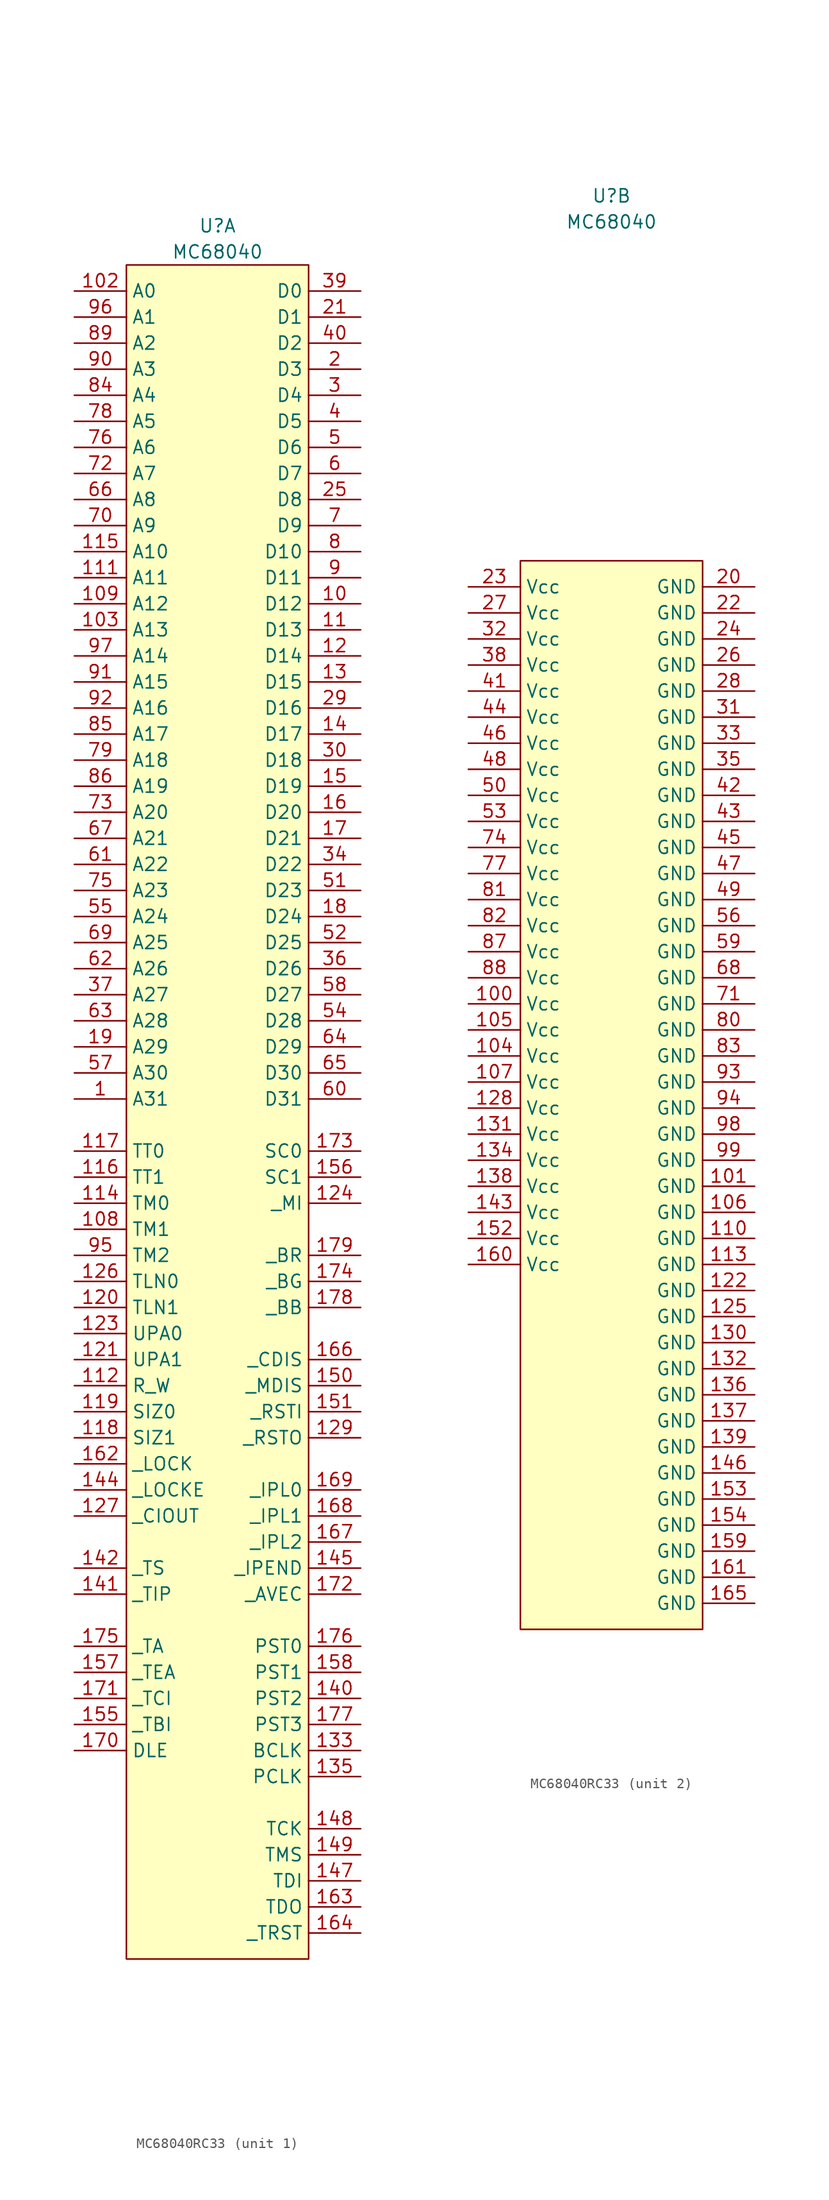
<source format=kicad_sym>
(kicad_symbol_lib
  (version 20220914)
  (generator kicad_symbol_editor)
  (symbol "MC68040RC33"
    (property "Reference" "U"
      (at 0 86.36 0)
      (effects (font (size 1.27 1.27))))
    (property "Value" "MC68040"
      (at 0 83.82 0)
      (effects (font (size 1.27 1.27))))
    (property "ki_locked" ""
      (at 0 0 0)
      (effects (font (size 1.27 1.27))))
    (symbol "MC68040RC33_1_0"
      (pin bidirectional line (at -13.97 1.27 0) (length 5.08) (name "A31" (effects (font (size 1.27 1.27)))) (number "1" (effects (font (size 1.27 1.27)))))
      (pin bidirectional line (at 13.97 49.53 180) (length 5.08) (name "D12" (effects (font (size 1.27 1.27)))) (number "10" (effects (font (size 1.27 1.27)))))
      (pin bidirectional line (at -13.97 80.01 0) (length 5.08) (name "A0" (effects (font (size 1.27 1.27)))) (number "102" (effects (font (size 1.27 1.27)))))
      (pin bidirectional line (at -13.97 46.99 0) (length 5.08) (name "A13" (effects (font (size 1.27 1.27)))) (number "103" (effects (font (size 1.27 1.27)))))
      (pin output line (at -13.97 -11.43 0) (length 5.08) (name "TM1" (effects (font (size 1.27 1.27)))) (number "108" (effects (font (size 1.27 1.27)))))
      (pin bidirectional line (at -13.97 49.53 0) (length 5.08) (name "A12" (effects (font (size 1.27 1.27)))) (number "109" (effects (font (size 1.27 1.27)))))
      (pin bidirectional line (at 13.97 46.99 180) (length 5.08) (name "D13" (effects (font (size 1.27 1.27)))) (number "11" (effects (font (size 1.27 1.27)))))
      (pin bidirectional line (at -13.97 52.07 0) (length 5.08) (name "A11" (effects (font (size 1.27 1.27)))) (number "111" (effects (font (size 1.27 1.27)))))
      (pin bidirectional line (at -13.97 -26.67 0) (length 5.08) (name "R_W" (effects (font (size 1.27 1.27)))) (number "112" (effects (font (size 1.27 1.27)))))
      (pin output line (at -13.97 -8.89 0) (length 5.08) (name "TM0" (effects (font (size 1.27 1.27)))) (number "114" (effects (font (size 1.27 1.27)))))
      (pin bidirectional line (at -13.97 54.61 0) (length 5.08) (name "A10" (effects (font (size 1.27 1.27)))) (number "115" (effects (font (size 1.27 1.27)))))
      (pin bidirectional line (at -13.97 -6.35 0) (length 5.08) (name "TT1" (effects (font (size 1.27 1.27)))) (number "116" (effects (font (size 1.27 1.27)))))
      (pin bidirectional line (at -13.97 -3.81 0) (length 5.08) (name "TT0" (effects (font (size 1.27 1.27)))) (number "117" (effects (font (size 1.27 1.27)))))
      (pin bidirectional line (at -13.97 -31.75 0) (length 5.08) (name "SIZ1" (effects (font (size 1.27 1.27)))) (number "118" (effects (font (size 1.27 1.27)))))
      (pin bidirectional line (at -13.97 -29.21 0) (length 5.08) (name "SIZ0" (effects (font (size 1.27 1.27)))) (number "119" (effects (font (size 1.27 1.27)))))
      (pin bidirectional line (at 13.97 44.45 180) (length 5.08) (name "D14" (effects (font (size 1.27 1.27)))) (number "12" (effects (font (size 1.27 1.27)))))
      (pin output line (at -13.97 -19.05 0) (length 5.08) (name "TLN1" (effects (font (size 1.27 1.27)))) (number "120" (effects (font (size 1.27 1.27)))))
      (pin output line (at -13.97 -24.13 0) (length 5.08) (name "UPA1" (effects (font (size 1.27 1.27)))) (number "121" (effects (font (size 1.27 1.27)))))
      (pin output line (at -13.97 -21.59 0) (length 5.08) (name "UPA0" (effects (font (size 1.27 1.27)))) (number "123" (effects (font (size 1.27 1.27)))))
      (pin output line (at 13.97 -8.89 180) (length 5.08) (name "_MI" (effects (font (size 1.27 1.27)))) (number "124" (effects (font (size 1.27 1.27)))))
      (pin output line (at -13.97 -16.51 0) (length 5.08) (name "TLN0" (effects (font (size 1.27 1.27)))) (number "126" (effects (font (size 1.27 1.27)))))
      (pin output line (at -13.97 -39.37 0) (length 5.08) (name "_CIOUT" (effects (font (size 1.27 1.27)))) (number "127" (effects (font (size 1.27 1.27)))))
      (pin output line (at 13.97 -31.75 180) (length 5.08) (name "_RSTO" (effects (font (size 1.27 1.27)))) (number "129" (effects (font (size 1.27 1.27)))))
      (pin bidirectional line (at 13.97 41.91 180) (length 5.08) (name "D15" (effects (font (size 1.27 1.27)))) (number "13" (effects (font (size 1.27 1.27)))))
      (pin input line (at 13.97 -62.23 180) (length 5.08) (name "BCLK" (effects (font (size 1.27 1.27)))) (number "133" (effects (font (size 1.27 1.27)))))
      (pin input line (at 13.97 -64.77 180) (length 5.08) (name "PCLK" (effects (font (size 1.27 1.27)))) (number "135" (effects (font (size 1.27 1.27)))))
      (pin bidirectional line (at 13.97 36.83 180) (length 5.08) (name "D17" (effects (font (size 1.27 1.27)))) (number "14" (effects (font (size 1.27 1.27)))))
      (pin output line (at 13.97 -57.15 180) (length 5.08) (name "PST2" (effects (font (size 1.27 1.27)))) (number "140" (effects (font (size 1.27 1.27)))))
      (pin output line (at -13.97 -46.99 0) (length 5.08) (name "_TIP" (effects (font (size 1.27 1.27)))) (number "141" (effects (font (size 1.27 1.27)))))
      (pin bidirectional line (at -13.97 -44.45 0) (length 5.08) (name "_TS" (effects (font (size 1.27 1.27)))) (number "142" (effects (font (size 1.27 1.27)))))
      (pin output line (at -13.97 -36.83 0) (length 5.08) (name "_LOCKE" (effects (font (size 1.27 1.27)))) (number "144" (effects (font (size 1.27 1.27)))))
      (pin output line (at 13.97 -44.45 180) (length 5.08) (name "_IPEND" (effects (font (size 1.27 1.27)))) (number "145" (effects (font (size 1.27 1.27)))))
      (pin input line (at 13.97 -74.93 180) (length 5.08) (name "TDI" (effects (font (size 1.27 1.27)))) (number "147" (effects (font (size 1.27 1.27)))))
      (pin input line (at 13.97 -69.85 180) (length 5.08) (name "TCK" (effects (font (size 1.27 1.27)))) (number "148" (effects (font (size 1.27 1.27)))))
      (pin input line (at 13.97 -72.39 180) (length 5.08) (name "TMS" (effects (font (size 1.27 1.27)))) (number "149" (effects (font (size 1.27 1.27)))))
      (pin bidirectional line (at 13.97 31.75 180) (length 5.08) (name "D19" (effects (font (size 1.27 1.27)))) (number "15" (effects (font (size 1.27 1.27)))))
      (pin input line (at 13.97 -26.67 180) (length 5.08) (name "_MDIS" (effects (font (size 1.27 1.27)))) (number "150" (effects (font (size 1.27 1.27)))))
      (pin input line (at 13.97 -29.21 180) (length 5.08) (name "_RSTI" (effects (font (size 1.27 1.27)))) (number "151" (effects (font (size 1.27 1.27)))))
      (pin input line (at -13.97 -59.69 0) (length 5.08) (name "_TBI" (effects (font (size 1.27 1.27)))) (number "155" (effects (font (size 1.27 1.27)))))
      (pin bidirectional line (at 13.97 -6.35 180) (length 5.08) (name "SC1" (effects (font (size 1.27 1.27)))) (number "156" (effects (font (size 1.27 1.27)))))
      (pin input line (at -13.97 -54.61 0) (length 5.08) (name "_TEA" (effects (font (size 1.27 1.27)))) (number "157" (effects (font (size 1.27 1.27)))))
      (pin output line (at 13.97 -54.61 180) (length 5.08) (name "PST1" (effects (font (size 1.27 1.27)))) (number "158" (effects (font (size 1.27 1.27)))))
      (pin bidirectional line (at 13.97 29.21 180) (length 5.08) (name "D20" (effects (font (size 1.27 1.27)))) (number "16" (effects (font (size 1.27 1.27)))))
      (pin output line (at -13.97 -34.29 0) (length 5.08) (name "_LOCK" (effects (font (size 1.27 1.27)))) (number "162" (effects (font (size 1.27 1.27)))))
      (pin output line (at 13.97 -77.47 180) (length 5.08) (name "TDO" (effects (font (size 1.27 1.27)))) (number "163" (effects (font (size 1.27 1.27)))))
      (pin input line (at 13.97 -80.01 180) (length 5.08) (name "_TRST" (effects (font (size 1.27 1.27)))) (number "164" (effects (font (size 1.27 1.27)))))
      (pin input line (at 13.97 -24.13 180) (length 5.08) (name "_CDIS" (effects (font (size 1.27 1.27)))) (number "166" (effects (font (size 1.27 1.27)))))
      (pin input line (at 13.97 -41.91 180) (length 5.08) (name "_IPL2" (effects (font (size 1.27 1.27)))) (number "167" (effects (font (size 1.27 1.27)))))
      (pin input line (at 13.97 -39.37 180) (length 5.08) (name "_IPL1" (effects (font (size 1.27 1.27)))) (number "168" (effects (font (size 1.27 1.27)))))
      (pin input line (at 13.97 -36.83 180) (length 5.08) (name "_IPL0" (effects (font (size 1.27 1.27)))) (number "169" (effects (font (size 1.27 1.27)))))
      (pin bidirectional line (at 13.97 26.67 180) (length 5.08) (name "D21" (effects (font (size 1.27 1.27)))) (number "17" (effects (font (size 1.27 1.27)))))
      (pin input line (at -13.97 -62.23 0) (length 5.08) (name "DLE" (effects (font (size 1.27 1.27)))) (number "170" (effects (font (size 1.27 1.27)))))
      (pin input line (at -13.97 -57.15 0) (length 5.08) (name "_TCI" (effects (font (size 1.27 1.27)))) (number "171" (effects (font (size 1.27 1.27)))))
      (pin input line (at 13.97 -46.99 180) (length 5.08) (name "_AVEC" (effects (font (size 1.27 1.27)))) (number "172" (effects (font (size 1.27 1.27)))))
      (pin bidirectional line (at 13.97 -3.81 180) (length 5.08) (name "SC0" (effects (font (size 1.27 1.27)))) (number "173" (effects (font (size 1.27 1.27)))))
      (pin output line (at 13.97 -16.51 180) (length 5.08) (name "_BG" (effects (font (size 1.27 1.27)))) (number "174" (effects (font (size 1.27 1.27)))))
      (pin bidirectional line (at -13.97 -52.07 0) (length 5.08) (name "_TA" (effects (font (size 1.27 1.27)))) (number "175" (effects (font (size 1.27 1.27)))))
      (pin output line (at 13.97 -52.07 180) (length 5.08) (name "PST0" (effects (font (size 1.27 1.27)))) (number "176" (effects (font (size 1.27 1.27)))))
      (pin output line (at 13.97 -59.69 180) (length 5.08) (name "PST3" (effects (font (size 1.27 1.27)))) (number "177" (effects (font (size 1.27 1.27)))))
      (pin bidirectional line (at 13.97 -19.05 180) (length 5.08) (name "_BB" (effects (font (size 1.27 1.27)))) (number "178" (effects (font (size 1.27 1.27)))))
      (pin input line (at 13.97 -13.97 180) (length 5.08) (name "_BR" (effects (font (size 1.27 1.27)))) (number "179" (effects (font (size 1.27 1.27)))))
      (pin bidirectional line (at 13.97 19.05 180) (length 5.08) (name "D24" (effects (font (size 1.27 1.27)))) (number "18" (effects (font (size 1.27 1.27)))))
      (pin bidirectional line (at -13.97 6.35 0) (length 5.08) (name "A29" (effects (font (size 1.27 1.27)))) (number "19" (effects (font (size 1.27 1.27)))))
      (pin bidirectional line (at 13.97 72.39 180) (length 5.08) (name "D3" (effects (font (size 1.27 1.27)))) (number "2" (effects (font (size 1.27 1.27)))))
      (pin bidirectional line (at 13.97 77.47 180) (length 5.08) (name "D1" (effects (font (size 1.27 1.27)))) (number "21" (effects (font (size 1.27 1.27)))))
      (pin bidirectional line (at 13.97 59.69 180) (length 5.08) (name "D8" (effects (font (size 1.27 1.27)))) (number "25" (effects (font (size 1.27 1.27)))))
      (pin bidirectional line (at 13.97 39.37 180) (length 5.08) (name "D16" (effects (font (size 1.27 1.27)))) (number "29" (effects (font (size 1.27 1.27)))))
      (pin bidirectional line (at 13.97 69.85 180) (length 5.08) (name "D4" (effects (font (size 1.27 1.27)))) (number "3" (effects (font (size 1.27 1.27)))))
      (pin bidirectional line (at 13.97 34.29 180) (length 5.08) (name "D18" (effects (font (size 1.27 1.27)))) (number "30" (effects (font (size 1.27 1.27)))))
      (pin bidirectional line (at 13.97 24.13 180) (length 5.08) (name "D22" (effects (font (size 1.27 1.27)))) (number "34" (effects (font (size 1.27 1.27)))))
      (pin bidirectional line (at 13.97 13.97 180) (length 5.08) (name "D26" (effects (font (size 1.27 1.27)))) (number "36" (effects (font (size 1.27 1.27)))))
      (pin bidirectional line (at -13.97 11.43 0) (length 5.08) (name "A27" (effects (font (size 1.27 1.27)))) (number "37" (effects (font (size 1.27 1.27)))))
      (pin bidirectional line (at 13.97 80.01 180) (length 5.08) (name "D0" (effects (font (size 1.27 1.27)))) (number "39" (effects (font (size 1.27 1.27)))))
      (pin bidirectional line (at 13.97 67.31 180) (length 5.08) (name "D5" (effects (font (size 1.27 1.27)))) (number "4" (effects (font (size 1.27 1.27)))))
      (pin bidirectional line (at 13.97 74.93 180) (length 5.08) (name "D2" (effects (font (size 1.27 1.27)))) (number "40" (effects (font (size 1.27 1.27)))))
      (pin bidirectional line (at 13.97 64.77 180) (length 5.08) (name "D6" (effects (font (size 1.27 1.27)))) (number "5" (effects (font (size 1.27 1.27)))))
      (pin bidirectional line (at 13.97 21.59 180) (length 5.08) (name "D23" (effects (font (size 1.27 1.27)))) (number "51" (effects (font (size 1.27 1.27)))))
      (pin bidirectional line (at 13.97 16.51 180) (length 5.08) (name "D25" (effects (font (size 1.27 1.27)))) (number "52" (effects (font (size 1.27 1.27)))))
      (pin bidirectional line (at 13.97 8.89 180) (length 5.08) (name "D28" (effects (font (size 1.27 1.27)))) (number "54" (effects (font (size 1.27 1.27)))))
      (pin bidirectional line (at -13.97 19.05 0) (length 5.08) (name "A24" (effects (font (size 1.27 1.27)))) (number "55" (effects (font (size 1.27 1.27)))))
      (pin bidirectional line (at -13.97 3.81 0) (length 5.08) (name "A30" (effects (font (size 1.27 1.27)))) (number "57" (effects (font (size 1.27 1.27)))))
      (pin bidirectional line (at 13.97 11.43 180) (length 5.08) (name "D27" (effects (font (size 1.27 1.27)))) (number "58" (effects (font (size 1.27 1.27)))))
      (pin bidirectional line (at 13.97 62.23 180) (length 5.08) (name "D7" (effects (font (size 1.27 1.27)))) (number "6" (effects (font (size 1.27 1.27)))))
      (pin bidirectional line (at 13.97 1.27 180) (length 5.08) (name "D31" (effects (font (size 1.27 1.27)))) (number "60" (effects (font (size 1.27 1.27)))))
      (pin bidirectional line (at -13.97 24.13 0) (length 5.08) (name "A22" (effects (font (size 1.27 1.27)))) (number "61" (effects (font (size 1.27 1.27)))))
      (pin bidirectional line (at -13.97 13.97 0) (length 5.08) (name "A26" (effects (font (size 1.27 1.27)))) (number "62" (effects (font (size 1.27 1.27)))))
      (pin bidirectional line (at -13.97 8.89 0) (length 5.08) (name "A28" (effects (font (size 1.27 1.27)))) (number "63" (effects (font (size 1.27 1.27)))))
      (pin bidirectional line (at 13.97 6.35 180) (length 5.08) (name "D29" (effects (font (size 1.27 1.27)))) (number "64" (effects (font (size 1.27 1.27)))))
      (pin bidirectional line (at 13.97 3.81 180) (length 5.08) (name "D30" (effects (font (size 1.27 1.27)))) (number "65" (effects (font (size 1.27 1.27)))))
      (pin bidirectional line (at -13.97 59.69 0) (length 5.08) (name "A8" (effects (font (size 1.27 1.27)))) (number "66" (effects (font (size 1.27 1.27)))))
      (pin bidirectional line (at -13.97 26.67 0) (length 5.08) (name "A21" (effects (font (size 1.27 1.27)))) (number "67" (effects (font (size 1.27 1.27)))))
      (pin bidirectional line (at -13.97 16.51 0) (length 5.08) (name "A25" (effects (font (size 1.27 1.27)))) (number "69" (effects (font (size 1.27 1.27)))))
      (pin bidirectional line (at 13.97 57.15 180) (length 5.08) (name "D9" (effects (font (size 1.27 1.27)))) (number "7" (effects (font (size 1.27 1.27)))))
      (pin bidirectional line (at -13.97 57.15 0) (length 5.08) (name "A9" (effects (font (size 1.27 1.27)))) (number "70" (effects (font (size 1.27 1.27)))))
      (pin bidirectional line (at -13.97 62.23 0) (length 5.08) (name "A7" (effects (font (size 1.27 1.27)))) (number "72" (effects (font (size 1.27 1.27)))))
      (pin bidirectional line (at -13.97 29.21 0) (length 5.08) (name "A20" (effects (font (size 1.27 1.27)))) (number "73" (effects (font (size 1.27 1.27)))))
      (pin bidirectional line (at -13.97 21.59 0) (length 5.08) (name "A23" (effects (font (size 1.27 1.27)))) (number "75" (effects (font (size 1.27 1.27)))))
      (pin bidirectional line (at -13.97 64.77 0) (length 5.08) (name "A6" (effects (font (size 1.27 1.27)))) (number "76" (effects (font (size 1.27 1.27)))))
      (pin bidirectional line (at -13.97 67.31 0) (length 5.08) (name "A5" (effects (font (size 1.27 1.27)))) (number "78" (effects (font (size 1.27 1.27)))))
      (pin bidirectional line (at -13.97 34.29 0) (length 5.08) (name "A18" (effects (font (size 1.27 1.27)))) (number "79" (effects (font (size 1.27 1.27)))))
      (pin bidirectional line (at 13.97 54.61 180) (length 5.08) (name "D10" (effects (font (size 1.27 1.27)))) (number "8" (effects (font (size 1.27 1.27)))))
      (pin bidirectional line (at -13.97 69.85 0) (length 5.08) (name "A4" (effects (font (size 1.27 1.27)))) (number "84" (effects (font (size 1.27 1.27)))))
      (pin bidirectional line (at -13.97 36.83 0) (length 5.08) (name "A17" (effects (font (size 1.27 1.27)))) (number "85" (effects (font (size 1.27 1.27)))))
      (pin bidirectional line (at -13.97 31.75 0) (length 5.08) (name "A19" (effects (font (size 1.27 1.27)))) (number "86" (effects (font (size 1.27 1.27)))))
      (pin bidirectional line (at -13.97 74.93 0) (length 5.08) (name "A2" (effects (font (size 1.27 1.27)))) (number "89" (effects (font (size 1.27 1.27)))))
      (pin bidirectional line (at 13.97 52.07 180) (length 5.08) (name "D11" (effects (font (size 1.27 1.27)))) (number "9" (effects (font (size 1.27 1.27)))))
      (pin bidirectional line (at -13.97 72.39 0) (length 5.08) (name "A3" (effects (font (size 1.27 1.27)))) (number "90" (effects (font (size 1.27 1.27)))))
      (pin bidirectional line (at -13.97 41.91 0) (length 5.08) (name "A15" (effects (font (size 1.27 1.27)))) (number "91" (effects (font (size 1.27 1.27)))))
      (pin bidirectional line (at -13.97 39.37 0) (length 5.08) (name "A16" (effects (font (size 1.27 1.27)))) (number "92" (effects (font (size 1.27 1.27)))))
      (pin input line (at -13.97 -13.97 0) (length 5.08) (name "TM2" (effects (font (size 1.27 1.27)))) (number "95" (effects (font (size 1.27 1.27)))))
      (pin bidirectional line (at -13.97 77.47 0) (length 5.08) (name "A1" (effects (font (size 1.27 1.27)))) (number "96" (effects (font (size 1.27 1.27)))))
      (pin bidirectional line (at -13.97 44.45 0) (length 5.08) (name "A14" (effects (font (size 1.27 1.27)))) (number "97" (effects (font (size 1.27 1.27))))))
    (symbol "MC68040RC33_1_1"
      (rectangle (start -8.89 82.55) (end 8.89 -82.55) (stroke (width 0) (type default)) (fill (type background))))
    (symbol "MC68040RC33_2_0"
      (pin power_in line (at -13.97 7.62 0) (length 5.08) (name "Vcc" (effects (font (size 1.27 1.27)))) (number "100" (effects (font (size 1.27 1.27)))))
      (pin power_in line (at 13.97 -10.16 180) (length 5.08) (name "GND" (effects (font (size 1.27 1.27)))) (number "101" (effects (font (size 1.27 1.27)))))
      (pin power_in line (at -13.97 2.54 0) (length 5.08) (name "Vcc" (effects (font (size 1.27 1.27)))) (number "104" (effects (font (size 1.27 1.27)))))
      (pin power_in line (at -13.97 5.08 0) (length 5.08) (name "Vcc" (effects (font (size 1.27 1.27)))) (number "105" (effects (font (size 1.27 1.27)))))
      (pin power_in line (at 13.97 -12.7 180) (length 5.08) (name "GND" (effects (font (size 1.27 1.27)))) (number "106" (effects (font (size 1.27 1.27)))))
      (pin power_in line (at -13.97 0 0) (length 5.08) (name "Vcc" (effects (font (size 1.27 1.27)))) (number "107" (effects (font (size 1.27 1.27)))))
      (pin power_in line (at 13.97 -15.24 180) (length 5.08) (name "GND" (effects (font (size 1.27 1.27)))) (number "110" (effects (font (size 1.27 1.27)))))
      (pin power_in line (at 13.97 -17.78 180) (length 5.08) (name "GND" (effects (font (size 1.27 1.27)))) (number "113" (effects (font (size 1.27 1.27)))))
      (pin power_in line (at 13.97 -20.32 180) (length 5.08) (name "GND" (effects (font (size 1.27 1.27)))) (number "122" (effects (font (size 1.27 1.27)))))
      (pin power_in line (at 13.97 -22.86 180) (length 5.08) (name "GND" (effects (font (size 1.27 1.27)))) (number "125" (effects (font (size 1.27 1.27)))))
      (pin power_in line (at -13.97 -2.54 0) (length 5.08) (name "Vcc" (effects (font (size 1.27 1.27)))) (number "128" (effects (font (size 1.27 1.27)))))
      (pin power_in line (at 13.97 -25.4 180) (length 5.08) (name "GND" (effects (font (size 1.27 1.27)))) (number "130" (effects (font (size 1.27 1.27)))))
      (pin power_in line (at -13.97 -5.08 0) (length 5.08) (name "Vcc" (effects (font (size 1.27 1.27)))) (number "131" (effects (font (size 1.27 1.27)))))
      (pin power_in line (at 13.97 -27.94 180) (length 5.08) (name "GND" (effects (font (size 1.27 1.27)))) (number "132" (effects (font (size 1.27 1.27)))))
      (pin power_in line (at -13.97 -7.62 0) (length 5.08) (name "Vcc" (effects (font (size 1.27 1.27)))) (number "134" (effects (font (size 1.27 1.27)))))
      (pin power_in line (at 13.97 -30.48 180) (length 5.08) (name "GND" (effects (font (size 1.27 1.27)))) (number "136" (effects (font (size 1.27 1.27)))))
      (pin power_in line (at 13.97 -33.02 180) (length 5.08) (name "GND" (effects (font (size 1.27 1.27)))) (number "137" (effects (font (size 1.27 1.27)))))
      (pin power_in line (at -13.97 -10.16 0) (length 5.08) (name "Vcc" (effects (font (size 1.27 1.27)))) (number "138" (effects (font (size 1.27 1.27)))))
      (pin power_in line (at 13.97 -35.56 180) (length 5.08) (name "GND" (effects (font (size 1.27 1.27)))) (number "139" (effects (font (size 1.27 1.27)))))
      (pin power_in line (at -13.97 -12.7 0) (length 5.08) (name "Vcc" (effects (font (size 1.27 1.27)))) (number "143" (effects (font (size 1.27 1.27)))))
      (pin power_in line (at 13.97 -38.1 180) (length 5.08) (name "GND" (effects (font (size 1.27 1.27)))) (number "146" (effects (font (size 1.27 1.27)))))
      (pin power_in line (at -13.97 -15.24 0) (length 5.08) (name "Vcc" (effects (font (size 1.27 1.27)))) (number "152" (effects (font (size 1.27 1.27)))))
      (pin power_in line (at 13.97 -40.64 180) (length 5.08) (name "GND" (effects (font (size 1.27 1.27)))) (number "153" (effects (font (size 1.27 1.27)))))
      (pin power_in line (at 13.97 -43.18 180) (length 5.08) (name "GND" (effects (font (size 1.27 1.27)))) (number "154" (effects (font (size 1.27 1.27)))))
      (pin power_in line (at 13.97 -45.72 180) (length 5.08) (name "GND" (effects (font (size 1.27 1.27)))) (number "159" (effects (font (size 1.27 1.27)))))
      (pin power_in line (at -13.97 -17.78 0) (length 5.08) (name "Vcc" (effects (font (size 1.27 1.27)))) (number "160" (effects (font (size 1.27 1.27)))))
      (pin power_in line (at 13.97 -48.26 180) (length 5.08) (name "GND" (effects (font (size 1.27 1.27)))) (number "161" (effects (font (size 1.27 1.27)))))
      (pin power_in line (at 13.97 -50.8 180) (length 5.08) (name "GND" (effects (font (size 1.27 1.27)))) (number "165" (effects (font (size 1.27 1.27)))))
      (pin power_in line (at 13.97 48.26 180) (length 5.08) (name "GND" (effects (font (size 1.27 1.27)))) (number "20" (effects (font (size 1.27 1.27)))))
      (pin power_in line (at 13.97 45.72 180) (length 5.08) (name "GND" (effects (font (size 1.27 1.27)))) (number "22" (effects (font (size 1.27 1.27)))))
      (pin power_in line (at -13.97 48.26 0) (length 5.08) (name "Vcc" (effects (font (size 1.27 1.27)))) (number "23" (effects (font (size 1.27 1.27)))))
      (pin power_in line (at 13.97 43.18 180) (length 5.08) (name "GND" (effects (font (size 1.27 1.27)))) (number "24" (effects (font (size 1.27 1.27)))))
      (pin power_in line (at 13.97 40.64 180) (length 5.08) (name "GND" (effects (font (size 1.27 1.27)))) (number "26" (effects (font (size 1.27 1.27)))))
      (pin power_in line (at -13.97 45.72 0) (length 5.08) (name "Vcc" (effects (font (size 1.27 1.27)))) (number "27" (effects (font (size 1.27 1.27)))))
      (pin power_in line (at 13.97 38.1 180) (length 5.08) (name "GND" (effects (font (size 1.27 1.27)))) (number "28" (effects (font (size 1.27 1.27)))))
      (pin power_in line (at 13.97 35.56 180) (length 5.08) (name "GND" (effects (font (size 1.27 1.27)))) (number "31" (effects (font (size 1.27 1.27)))))
      (pin power_in line (at -13.97 43.18 0) (length 5.08) (name "Vcc" (effects (font (size 1.27 1.27)))) (number "32" (effects (font (size 1.27 1.27)))))
      (pin power_in line (at 13.97 33.02 180) (length 5.08) (name "GND" (effects (font (size 1.27 1.27)))) (number "33" (effects (font (size 1.27 1.27)))))
      (pin power_in line (at 13.97 30.48 180) (length 5.08) (name "GND" (effects (font (size 1.27 1.27)))) (number "35" (effects (font (size 1.27 1.27)))))
      (pin power_in line (at -13.97 40.64 0) (length 5.08) (name "Vcc" (effects (font (size 1.27 1.27)))) (number "38" (effects (font (size 1.27 1.27)))))
      (pin power_in line (at -13.97 38.1 0) (length 5.08) (name "Vcc" (effects (font (size 1.27 1.27)))) (number "41" (effects (font (size 1.27 1.27)))))
      (pin power_in line (at 13.97 27.94 180) (length 5.08) (name "GND" (effects (font (size 1.27 1.27)))) (number "42" (effects (font (size 1.27 1.27)))))
      (pin power_in line (at 13.97 25.4 180) (length 5.08) (name "GND" (effects (font (size 1.27 1.27)))) (number "43" (effects (font (size 1.27 1.27)))))
      (pin power_in line (at -13.97 35.56 0) (length 5.08) (name "Vcc" (effects (font (size 1.27 1.27)))) (number "44" (effects (font (size 1.27 1.27)))))
      (pin power_in line (at 13.97 22.86 180) (length 5.08) (name "GND" (effects (font (size 1.27 1.27)))) (number "45" (effects (font (size 1.27 1.27)))))
      (pin power_in line (at -13.97 33.02 0) (length 5.08) (name "Vcc" (effects (font (size 1.27 1.27)))) (number "46" (effects (font (size 1.27 1.27)))))
      (pin power_in line (at 13.97 20.32 180) (length 5.08) (name "GND" (effects (font (size 1.27 1.27)))) (number "47" (effects (font (size 1.27 1.27)))))
      (pin power_in line (at -13.97 30.48 0) (length 5.08) (name "Vcc" (effects (font (size 1.27 1.27)))) (number "48" (effects (font (size 1.27 1.27)))))
      (pin power_in line (at 13.97 17.78 180) (length 5.08) (name "GND" (effects (font (size 1.27 1.27)))) (number "49" (effects (font (size 1.27 1.27)))))
      (pin power_in line (at -13.97 27.94 0) (length 5.08) (name "Vcc" (effects (font (size 1.27 1.27)))) (number "50" (effects (font (size 1.27 1.27)))))
      (pin power_in line (at -13.97 25.4 0) (length 5.08) (name "Vcc" (effects (font (size 1.27 1.27)))) (number "53" (effects (font (size 1.27 1.27)))))
      (pin power_in line (at 13.97 15.24 180) (length 5.08) (name "GND" (effects (font (size 1.27 1.27)))) (number "56" (effects (font (size 1.27 1.27)))))
      (pin power_in line (at 13.97 12.7 180) (length 5.08) (name "GND" (effects (font (size 1.27 1.27)))) (number "59" (effects (font (size 1.27 1.27)))))
      (pin power_in line (at 13.97 10.16 180) (length 5.08) (name "GND" (effects (font (size 1.27 1.27)))) (number "68" (effects (font (size 1.27 1.27)))))
      (pin power_in line (at 13.97 7.62 180) (length 5.08) (name "GND" (effects (font (size 1.27 1.27)))) (number "71" (effects (font (size 1.27 1.27)))))
      (pin power_in line (at -13.97 22.86 0) (length 5.08) (name "Vcc" (effects (font (size 1.27 1.27)))) (number "74" (effects (font (size 1.27 1.27)))))
      (pin power_in line (at -13.97 20.32 0) (length 5.08) (name "Vcc" (effects (font (size 1.27 1.27)))) (number "77" (effects (font (size 1.27 1.27)))))
      (pin power_in line (at 13.97 5.08 180) (length 5.08) (name "GND" (effects (font (size 1.27 1.27)))) (number "80" (effects (font (size 1.27 1.27)))))
      (pin power_in line (at -13.97 17.78 0) (length 5.08) (name "Vcc" (effects (font (size 1.27 1.27)))) (number "81" (effects (font (size 1.27 1.27)))))
      (pin power_in line (at -13.97 15.24 0) (length 5.08) (name "Vcc" (effects (font (size 1.27 1.27)))) (number "82" (effects (font (size 1.27 1.27)))))
      (pin power_in line (at 13.97 2.54 180) (length 5.08) (name "GND" (effects (font (size 1.27 1.27)))) (number "83" (effects (font (size 1.27 1.27)))))
      (pin power_in line (at -13.97 12.7 0) (length 5.08) (name "Vcc" (effects (font (size 1.27 1.27)))) (number "87" (effects (font (size 1.27 1.27)))))
      (pin power_in line (at -13.97 10.16 0) (length 5.08) (name "Vcc" (effects (font (size 1.27 1.27)))) (number "88" (effects (font (size 1.27 1.27)))))
      (pin power_in line (at 13.97 0 180) (length 5.08) (name "GND" (effects (font (size 1.27 1.27)))) (number "93" (effects (font (size 1.27 1.27)))))
      (pin power_in line (at 13.97 -2.54 180) (length 5.08) (name "GND" (effects (font (size 1.27 1.27)))) (number "94" (effects (font (size 1.27 1.27)))))
      (pin power_in line (at 13.97 -5.08 180) (length 5.08) (name "GND" (effects (font (size 1.27 1.27)))) (number "98" (effects (font (size 1.27 1.27)))))
      (pin power_in line (at 13.97 -7.62 180) (length 5.08) (name "GND" (effects (font (size 1.27 1.27)))) (number "99" (effects (font (size 1.27 1.27))))))
    (symbol "MC68040RC33_2_1"
      (rectangle (start -8.89 50.8) (end 8.89 -53.34) (stroke (width 0) (type default)) (fill (type background))))))
</source>
